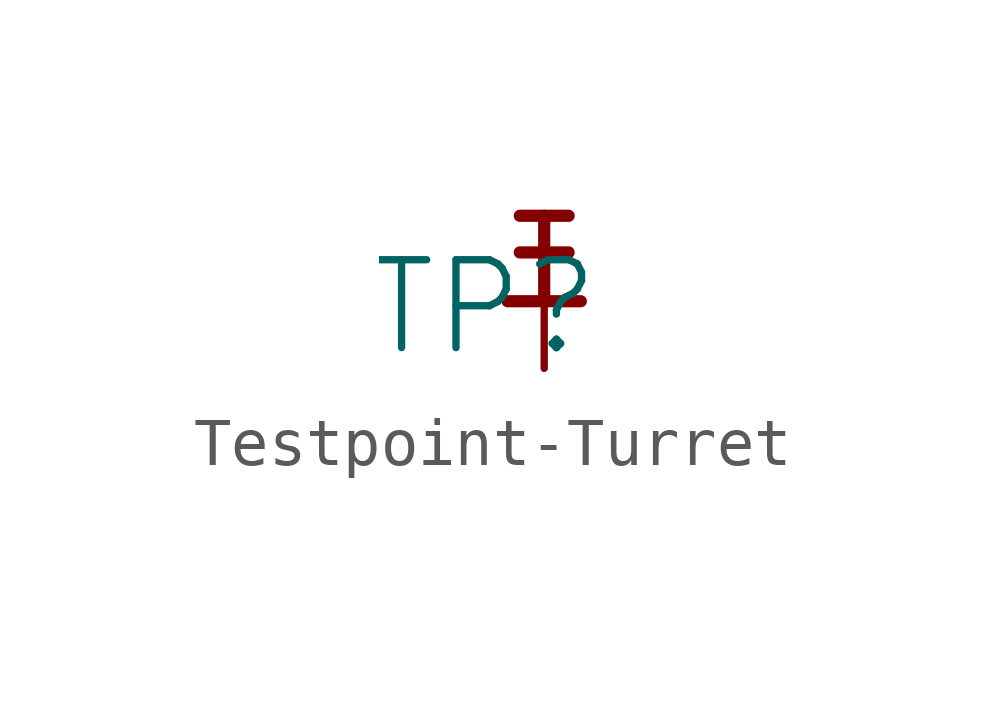
<source format=kicad_sym>
(kicad_symbol_lib
  (version 20231120)
  (generator "kicad_symbol_editor")
  (generator_version "8.0")
  (symbol "Testpoint-Turret"
    (property "Reference" "TP"
      (at -1.27 1.27 0)
      (effects (font (size 1.829 1.829))))
    (symbol "Testpoint-Turret_1_0"
      (polyline (pts (xy -0.762 1.397) (xy 0.762 1.397)) (stroke (width 0.254) (type solid)) (fill (type none)))
      (polyline (pts (xy -0.508 2.413) (xy 0.508 2.413)) (stroke (width 0.254) (type solid)) (fill (type none)))
      (polyline (pts (xy -0.508 3.175) (xy 0.508 3.175)) (stroke (width 0.254) (type solid)) (fill (type none)))
      (polyline (pts (xy 0 1.397) (xy 0 3.175)) (stroke (width 0.254) (type solid)) (fill (type none)))
      (pin passive line (at 0 0 90) (length 1.27) (name "TP" (effects (font (size 0 0)))) (number "1" (effects (font (size 0 0))))))))
</source>
